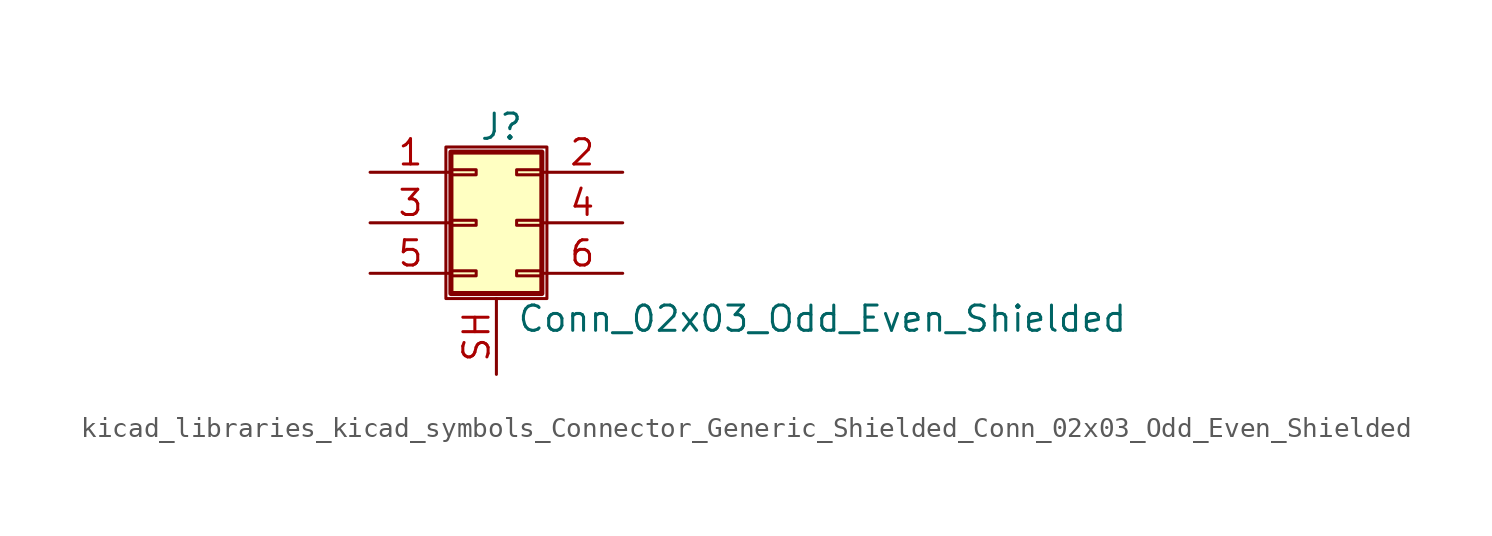
<source format=kicad_sym>
(kicad_symbol_lib
  (version 20220914)
  (generator kicad_symbol_editor)
  (symbol "kicad_libraries_kicad_symbols_Connector_Generic_Shielded_Conn_02x03_Odd_Even_Shielded"
    (pin_names
      (offset 1.016) hide)
    (property "Reference" "J"
      (at 1.524 4.826 0)
      (effects (font (size 1.27 1.27))))
    (property "Value" "Conn_02x03_Odd_Even_Shielded"
      (at 2.286 -4.826 0)
      (effects (font (size 1.27 1.27)) (justify left)))
    (symbol "kicad_libraries_kicad_symbols_Connector_Generic_Shielded_Conn_02x03_Odd_Even_Shielded_1_1"
      (rectangle (start -1.27 3.81) (end 3.81 -3.81) (stroke (width 0.152) (type default)) (fill (type none)))
      (rectangle (start -1.016 -2.413) (end 0.254 -2.667) (stroke (width 0.152) (type default)) (fill (type none)))
      (rectangle (start -1.016 0.127) (end 0.254 -0.127) (stroke (width 0.152) (type default)) (fill (type none)))
      (rectangle (start -1.016 2.667) (end 0.254 2.413) (stroke (width 0.152) (type default)) (fill (type none)))
      (rectangle (start -1.016 3.556) (end 3.556 -3.556) (stroke (width 0.254) (type default)) (fill (type background)))
      (rectangle (start 3.556 -2.413) (end 2.286 -2.667) (stroke (width 0.152) (type default)) (fill (type none)))
      (rectangle (start 3.556 0.127) (end 2.286 -0.127) (stroke (width 0.152) (type default)) (fill (type none)))
      (rectangle (start 3.556 2.667) (end 2.286 2.413) (stroke (width 0.152) (type default)) (fill (type none)))
      (pin passive line (at -5.08 2.54 0) (length 4.064) (name "Pin_1" (effects (font (size 1.27 1.27)))) (number "1" (effects (font (size 1.27 1.27)))))
      (pin passive line (at 7.62 2.54 180) (length 4.064) (name "Pin_2" (effects (font (size 1.27 1.27)))) (number "2" (effects (font (size 1.27 1.27)))))
      (pin passive line (at -5.08 0 0) (length 4.064) (name "Pin_3" (effects (font (size 1.27 1.27)))) (number "3" (effects (font (size 1.27 1.27)))))
      (pin passive line (at 7.62 0 180) (length 4.064) (name "Pin_4" (effects (font (size 1.27 1.27)))) (number "4" (effects (font (size 1.27 1.27)))))
      (pin passive line (at -5.08 -2.54 0) (length 4.064) (name "Pin_5" (effects (font (size 1.27 1.27)))) (number "5" (effects (font (size 1.27 1.27)))))
      (pin passive line (at 7.62 -2.54 180) (length 4.064) (name "Pin_6" (effects (font (size 1.27 1.27)))) (number "6" (effects (font (size 1.27 1.27)))))
      (pin passive line (at 1.27 -7.62 90) (length 3.81) (name "Shield" (effects (font (size 1.27 1.27)))) (number "SH" (effects (font (size 1.27 1.27))))))))
</source>
